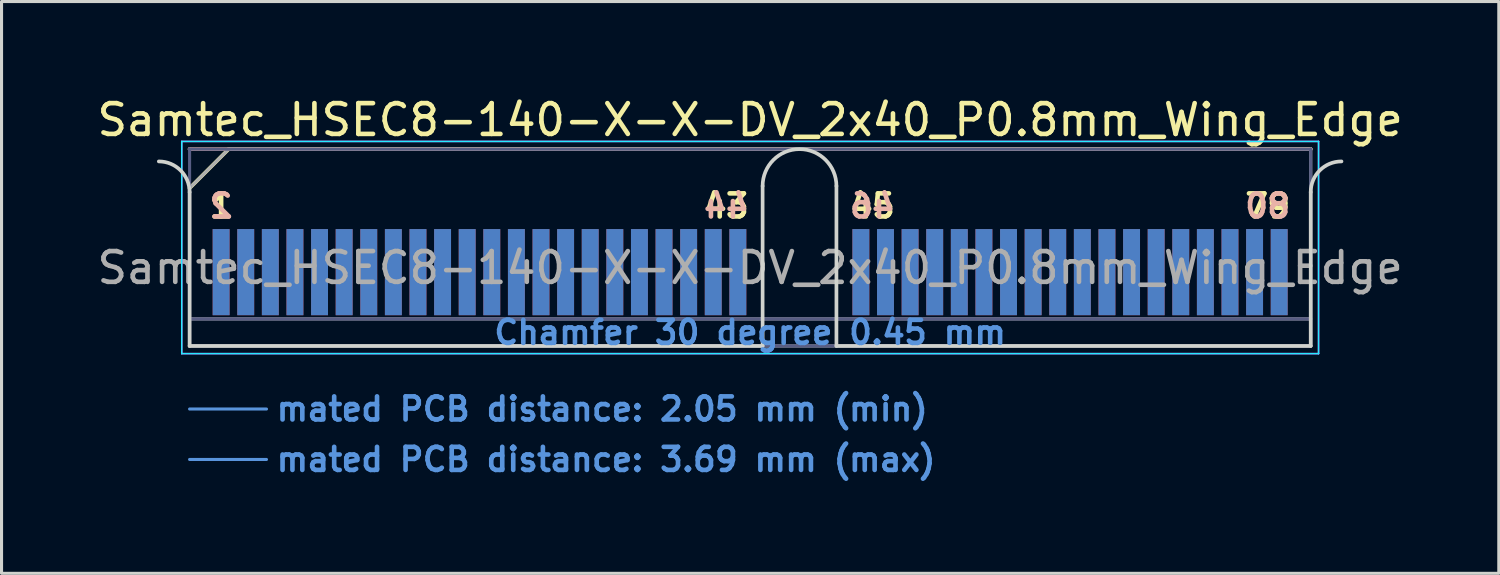
<source format=kicad_pcb>
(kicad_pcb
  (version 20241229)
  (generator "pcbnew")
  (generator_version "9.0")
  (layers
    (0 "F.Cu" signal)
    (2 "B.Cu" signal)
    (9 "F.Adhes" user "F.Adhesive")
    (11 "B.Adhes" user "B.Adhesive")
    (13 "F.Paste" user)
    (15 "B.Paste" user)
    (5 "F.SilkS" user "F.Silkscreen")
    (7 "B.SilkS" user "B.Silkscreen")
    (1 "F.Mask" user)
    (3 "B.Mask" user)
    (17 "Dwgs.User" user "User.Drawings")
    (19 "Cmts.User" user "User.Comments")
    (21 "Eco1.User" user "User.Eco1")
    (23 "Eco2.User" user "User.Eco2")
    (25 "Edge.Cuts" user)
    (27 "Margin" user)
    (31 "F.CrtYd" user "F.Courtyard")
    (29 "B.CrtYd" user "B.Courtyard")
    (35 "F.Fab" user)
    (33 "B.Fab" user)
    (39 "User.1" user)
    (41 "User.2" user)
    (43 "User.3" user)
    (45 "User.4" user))
  (footprint "Samtec_HSEC8-140-X-X-DV_2x40_P0.8mm_Wing_Edge"
    (layer "F.Cu")
    (at 21.339 8.198)
    (property "Reference" "Samtec_HSEC8-140-X-X-DV_2x40_P0.8mm_Wing_Edge" (at 0 -7.35 0) (layer "F.SilkS") (effects (font (size 1 1) (thickness 0.15))))
    (attr exclude_from_pos_files exclude_from_bom)
    (fp_line (start -18.225 -5.13) (end -16.955 -6.4) (stroke (width 0.12) (type solid)) (layer "F.SilkS"))
    (fp_line (start -16.955 -6.4) (end 18.225 -6.4) (stroke (width 0.12) (type solid)) (layer "F.SilkS"))
    (fp_line (start -18.225 -6.4) (end -18.225 -6.4) (stroke (width 0.12) (type solid)) (layer "B.SilkS"))
    (fp_line (start -18.225 -6.4) (end 18.225 -6.4) (stroke (width 0.12) (type solid)) (layer "B.SilkS"))
    (fp_line (start -18.225 2.05) (end -15.725 2.05) (stroke (width 0.1) (type solid)) (layer "Cmts.User"))
    (fp_line (start -18.225 3.69) (end -15.725 3.69) (stroke (width 0.1) (type solid)) (layer "Cmts.User"))
    (fp_line (start -18.225 -5) (end -18.225 0) (stroke (width 0.12) (type solid)) (layer "Edge.Cuts"))
    (fp_line (start -18.225 0) (end 0.405 0) (stroke (width 0.12) (type solid)) (layer "Edge.Cuts"))
    (fp_line (start 0.405 0) (end 0.405 -5.2) (stroke (width 0.12) (type solid)) (layer "Edge.Cuts"))
    (fp_line (start 2.805 -5.2) (end 2.805 0) (stroke (width 0.12) (type solid)) (layer "Edge.Cuts"))
    (fp_line (start 2.805 0) (end 18.225 0) (stroke (width 0.12) (type solid)) (layer "Edge.Cuts"))
    (fp_line (start 18.225 0) (end 18.225 -5) (stroke (width 0.12) (type solid)) (layer "Edge.Cuts"))
    (fp_arc (start -19.225 -6) (mid -18.517893 -5.707107) (end -18.225 -5) (stroke (width 0.12) (type solid)) (layer "Edge.Cuts"))
    (fp_arc (start 0.405 -5.2) (mid 1.605 -6.4) (end 2.805 -5.2) (stroke (width 0.12) (type solid)) (layer "Edge.Cuts"))
    (fp_arc (start 18.225 -5) (mid 18.517893 -5.707107) (end 19.225 -6) (stroke (width 0.12) (type solid)) (layer "Edge.Cuts"))
    (fp_line (start -18.48 -6.65) (end -18.48 0.25) (stroke (width 0.05) (type solid)) (layer "B.CrtYd"))
    (fp_line (start -18.48 0.25) (end 18.48 0.25) (stroke (width 0.05) (type solid)) (layer "B.CrtYd"))
    (fp_line (start 18.48 -6.65) (end -18.48 -6.65) (stroke (width 0.05) (type solid)) (layer "B.CrtYd"))
    (fp_line (start 18.48 0.25) (end 18.48 -6.65) (stroke (width 0.05) (type solid)) (layer "B.CrtYd"))
    (fp_line (start -18.48 -6.65) (end -18.48 0.25) (stroke (width 0.05) (type solid)) (layer "F.CrtYd"))
    (fp_line (start -18.48 0.25) (end 18.48 0.25) (stroke (width 0.05) (type solid)) (layer "F.CrtYd"))
    (fp_line (start 18.48 -6.65) (end -18.48 -6.65) (stroke (width 0.05) (type solid)) (layer "F.CrtYd"))
    (fp_line (start 18.48 0.25) (end 18.48 -6.65) (stroke (width 0.05) (type solid)) (layer "F.CrtYd"))
    (fp_line (start -18.225 -6.4) (end -18.225 -6.4) (stroke (width 0.1) (type solid)) (layer "B.Fab"))
    (fp_line (start -18.225 -6.4) (end -18.225 0) (stroke (width 0.1) (type solid)) (layer "B.Fab"))
    (fp_line (start -18.225 -6.4) (end 18.225 -6.4) (stroke (width 0.1) (type solid)) (layer "B.Fab"))
    (fp_line (start -18.225 -0.88) (end 18.225 -0.88) (stroke (width 0.1) (type solid)) (layer "B.Fab"))
    (fp_line (start -18.225 0) (end 18.225 0) (stroke (width 0.1) (type solid)) (layer "B.Fab"))
    (fp_line (start 18.225 -6.4) (end 18.225 0) (stroke (width 0.1) (type solid)) (layer "B.Fab"))
    (fp_line (start -18.225 -5.13) (end -18.225 0) (stroke (width 0.1) (type solid)) (layer "F.Fab"))
    (fp_line (start -18.225 -5.13) (end -16.955 -6.4) (stroke (width 0.1) (type solid)) (layer "F.Fab"))
    (fp_line (start -18.225 -0.88) (end 18.225 -0.88) (stroke (width 0.1) (type solid)) (layer "F.Fab"))
    (fp_line (start -18.225 0) (end 18.225 0) (stroke (width 0.1) (type solid)) (layer "F.Fab"))
    (fp_line (start -16.955 -6.4) (end 18.225 -6.4) (stroke (width 0.1) (type solid)) (layer "F.Fab"))
    (fp_line (start 18.225 -6.4) (end 18.225 0) (stroke (width 0.1) (type solid)) (layer "F.Fab"))
    (fp_text user "43" (at -0.775 -4.55 0) (layer "F.SilkS") (effects (font (size 0.75 0.75) (thickness 0.15))))
    (fp_text user "79" (at 16.825 -4.55 0) (layer "F.SilkS") (effects (font (size 0.75 0.75) (thickness 0.15))))
    (fp_text user "45" (at 3.975 -4.55 0) (layer "F.SilkS") (effects (font (size 0.75 0.75) (thickness 0.15))))
    (fp_text user "1" (at -17.2 -4.55 0) (layer "F.SilkS") (effects (font (size 0.75 0.75) (thickness 0.15))))
    (fp_text user "44" (at -0.775 -4.55 0) (layer "B.SilkS") (effects (font (size 0.75 0.75) (thickness 0.15)) (justify mirror)))
    (fp_text user "80" (at 16.825 -4.55 0) (layer "B.SilkS") (effects (font (size 0.75 0.75) (thickness 0.15)) (justify mirror)))
    (fp_text user "2" (at -17.2 -4.55 0) (layer "B.SilkS") (effects (font (size 0.75 0.75) (thickness 0.15)) (justify mirror)))
    (fp_text user "46" (at 3.975 -4.55 0) (layer "B.SilkS") (effects (font (size 0.75 0.75) (thickness 0.15)) (justify mirror)))
    (fp_text user "mated PCB distance: 2.05 mm (min)" (at -15.48 2.05 0) (layer "Cmts.User") (effects (font (size 0.75 0.75) (thickness 0.15)) (justify left)))
    (fp_text user "mated PCB distance: 3.69 mm (max)" (at -15.48 3.69 0) (layer "Cmts.User") (effects (font (size 0.75 0.75) (thickness 0.15)) (justify left)))
    (fp_text user "Chamfer 30 degree 0.45 mm" (at 0 -0.44 0) (layer "Cmts.User") (effects (font (size 0.75 0.75) (thickness 0.15))))
    (fp_text user "${REFERENCE}" (at 0 -2.54 0) (layer "F.Fab") (effects (font (size 1 1) (thickness 0.15))))
    (pad "1" connect rect (at -17.2 -2.4) (size 0.55 2.8) (layers "F.Cu" "F.Mask"))
    (pad "2" connect rect (at -17.2 -2.4) (size 0.55 2.8) (layers "B.Cu" "B.Mask"))
    (pad "3" connect rect (at -16.4 -2.4) (size 0.55 2.8) (layers "F.Cu" "F.Mask"))
    (pad "4" connect rect (at -16.4 -2.4) (size 0.55 2.8) (layers "B.Cu" "B.Mask"))
    (pad "5" connect rect (at -15.6 -2.4) (size 0.55 2.8) (layers "F.Cu" "F.Mask"))
    (pad "6" connect rect (at -15.6 -2.4) (size 0.55 2.8) (layers "B.Cu" "B.Mask"))
    (pad "7" connect rect (at -14.8 -2.4) (size 0.55 2.8) (layers "F.Cu" "F.Mask"))
    (pad "8" connect rect (at -14.8 -2.4) (size 0.55 2.8) (layers "B.Cu" "B.Mask"))
    (pad "9" connect rect (at -14 -2.4) (size 0.55 2.8) (layers "F.Cu" "F.Mask"))
    (pad "10" connect rect (at -14 -2.4) (size 0.55 2.8) (layers "B.Cu" "B.Mask"))
    (pad "11" connect rect (at -13.2 -2.4) (size 0.55 2.8) (layers "F.Cu" "F.Mask"))
    (pad "12" connect rect (at -13.2 -2.4) (size 0.55 2.8) (layers "B.Cu" "B.Mask"))
    (pad "13" connect rect (at -12.4 -2.4) (size 0.55 2.8) (layers "F.Cu" "F.Mask"))
    (pad "14" connect rect (at -12.4 -2.4) (size 0.55 2.8) (layers "B.Cu" "B.Mask"))
    (pad "15" connect rect (at -11.6 -2.4) (size 0.55 2.8) (layers "F.Cu" "F.Mask"))
    (pad "16" connect rect (at -11.6 -2.4) (size 0.55 2.8) (layers "B.Cu" "B.Mask"))
    (pad "17" connect rect (at -10.8 -2.4) (size 0.55 2.8) (layers "F.Cu" "F.Mask"))
    (pad "18" connect rect (at -10.8 -2.4) (size 0.55 2.8) (layers "B.Cu" "B.Mask"))
    (pad "19" connect rect (at -10 -2.4) (size 0.55 2.8) (layers "F.Cu" "F.Mask"))
    (pad "20" connect rect (at -10 -2.4) (size 0.55 2.8) (layers "B.Cu" "B.Mask"))
    (pad "21" connect rect (at -9.2 -2.4) (size 0.55 2.8) (layers "F.Cu" "F.Mask"))
    (pad "22" connect rect (at -9.2 -2.4) (size 0.55 2.8) (layers "B.Cu" "B.Mask"))
    (pad "23" connect rect (at -8.4 -2.4) (size 0.55 2.8) (layers "F.Cu" "F.Mask"))
    (pad "24" connect rect (at -8.4 -2.4) (size 0.55 2.8) (layers "B.Cu" "B.Mask"))
    (pad "25" connect rect (at -7.6 -2.4) (size 0.55 2.8) (layers "F.Cu" "F.Mask"))
    (pad "26" connect rect (at -7.6 -2.4) (size 0.55 2.8) (layers "B.Cu" "B.Mask"))
    (pad "27" connect rect (at -6.8 -2.4) (size 0.55 2.8) (layers "F.Cu" "F.Mask"))
    (pad "28" connect rect (at -6.8 -2.4) (size 0.55 2.8) (layers "B.Cu" "B.Mask"))
    (pad "29" connect rect (at -6 -2.4) (size 0.55 2.8) (layers "F.Cu" "F.Mask"))
    (pad "30" connect rect (at -6 -2.4) (size 0.55 2.8) (layers "B.Cu" "B.Mask"))
    (pad "31" connect rect (at -5.2 -2.4) (size 0.55 2.8) (layers "F.Cu" "F.Mask"))
    (pad "32" connect rect (at -5.2 -2.4) (size 0.55 2.8) (layers "B.Cu" "B.Mask"))
    (pad "33" connect rect (at -4.4 -2.4) (size 0.55 2.8) (layers "F.Cu" "F.Mask"))
    (pad "34" connect rect (at -4.4 -2.4) (size 0.55 2.8) (layers "B.Cu" "B.Mask"))
    (pad "35" connect rect (at -3.6 -2.4) (size 0.55 2.8) (layers "F.Cu" "F.Mask"))
    (pad "36" connect rect (at -3.6 -2.4) (size 0.55 2.8) (layers "B.Cu" "B.Mask"))
    (pad "37" connect rect (at -2.8 -2.4) (size 0.55 2.8) (layers "F.Cu" "F.Mask"))
    (pad "38" connect rect (at -2.8 -2.4) (size 0.55 2.8) (layers "B.Cu" "B.Mask"))
    (pad "39" connect rect (at -2 -2.4) (size 0.55 2.8) (layers "F.Cu" "F.Mask"))
    (pad "40" connect rect (at -2 -2.4) (size 0.55 2.8) (layers "B.Cu" "B.Mask"))
    (pad "41" connect rect (at -1.2 -2.4) (size 0.55 2.8) (layers "F.Cu" "F.Mask"))
    (pad "42" connect rect (at -1.2 -2.4) (size 0.55 2.8) (layers "B.Cu" "B.Mask"))
    (pad "43" connect rect (at -0.4 -2.4) (size 0.55 2.8) (layers "F.Cu" "F.Mask"))
    (pad "44" connect rect (at -0.4 -2.4) (size 0.55 2.8) (layers "B.Cu" "B.Mask"))
    (pad "45" connect rect (at 3.6 -2.4) (size 0.55 2.8) (layers "F.Cu" "F.Mask"))
    (pad "46" connect rect (at 3.6 -2.4) (size 0.55 2.8) (layers "B.Cu" "B.Mask"))
    (pad "47" connect rect (at 4.4 -2.4) (size 0.55 2.8) (layers "F.Cu" "F.Mask"))
    (pad "48" connect rect (at 4.4 -2.4) (size 0.55 2.8) (layers "B.Cu" "B.Mask"))
    (pad "49" connect rect (at 5.2 -2.4) (size 0.55 2.8) (layers "F.Cu" "F.Mask"))
    (pad "50" connect rect (at 5.2 -2.4) (size 0.55 2.8) (layers "B.Cu" "B.Mask"))
    (pad "51" connect rect (at 6 -2.4) (size 0.55 2.8) (layers "F.Cu" "F.Mask"))
    (pad "52" connect rect (at 6 -2.4) (size 0.55 2.8) (layers "B.Cu" "B.Mask"))
    (pad "53" connect rect (at 6.8 -2.4) (size 0.55 2.8) (layers "F.Cu" "F.Mask"))
    (pad "54" connect rect (at 6.8 -2.4) (size 0.55 2.8) (layers "B.Cu" "B.Mask"))
    (pad "55" connect rect (at 7.6 -2.4) (size 0.55 2.8) (layers "F.Cu" "F.Mask"))
    (pad "56" connect rect (at 7.6 -2.4) (size 0.55 2.8) (layers "B.Cu" "B.Mask"))
    (pad "57" connect rect (at 8.4 -2.4) (size 0.55 2.8) (layers "F.Cu" "F.Mask"))
    (pad "58" connect rect (at 8.4 -2.4) (size 0.55 2.8) (layers "B.Cu" "B.Mask"))
    (pad "59" connect rect (at 9.2 -2.4) (size 0.55 2.8) (layers "F.Cu" "F.Mask"))
    (pad "60" connect rect (at 9.2 -2.4) (size 0.55 2.8) (layers "B.Cu" "B.Mask"))
    (pad "61" connect rect (at 10 -2.4) (size 0.55 2.8) (layers "F.Cu" "F.Mask"))
    (pad "62" connect rect (at 10 -2.4) (size 0.55 2.8) (layers "B.Cu" "B.Mask"))
    (pad "63" connect rect (at 10.8 -2.4) (size 0.55 2.8) (layers "F.Cu" "F.Mask"))
    (pad "64" connect rect (at 10.8 -2.4) (size 0.55 2.8) (layers "B.Cu" "B.Mask"))
    (pad "65" connect rect (at 11.6 -2.4) (size 0.55 2.8) (layers "F.Cu" "F.Mask"))
    (pad "66" connect rect (at 11.6 -2.4) (size 0.55 2.8) (layers "B.Cu" "B.Mask"))
    (pad "67" connect rect (at 12.4 -2.4) (size 0.55 2.8) (layers "F.Cu" "F.Mask"))
    (pad "68" connect rect (at 12.4 -2.4) (size 0.55 2.8) (layers "B.Cu" "B.Mask"))
    (pad "69" connect rect (at 13.2 -2.4) (size 0.55 2.8) (layers "F.Cu" "F.Mask"))
    (pad "70" connect rect (at 13.2 -2.4) (size 0.55 2.8) (layers "B.Cu" "B.Mask"))
    (pad "71" connect rect (at 14 -2.4) (size 0.55 2.8) (layers "F.Cu" "F.Mask"))
    (pad "72" connect rect (at 14 -2.4) (size 0.55 2.8) (layers "B.Cu" "B.Mask"))
    (pad "73" connect rect (at 14.8 -2.4) (size 0.55 2.8) (layers "F.Cu" "F.Mask"))
    (pad "74" connect rect (at 14.8 -2.4) (size 0.55 2.8) (layers "B.Cu" "B.Mask"))
    (pad "75" connect rect (at 15.6 -2.4) (size 0.55 2.8) (layers "F.Cu" "F.Mask"))
    (pad "76" connect rect (at 15.6 -2.4) (size 0.55 2.8) (layers "B.Cu" "B.Mask"))
    (pad "77" connect rect (at 16.4 -2.4) (size 0.55 2.8) (layers "F.Cu" "F.Mask"))
    (pad "78" connect rect (at 16.4 -2.4) (size 0.55 2.8) (layers "B.Cu" "B.Mask"))
    (pad "79" connect rect (at 17.2 -2.4) (size 0.55 2.8) (layers "F.Cu" "F.Mask"))
    (pad "80" connect rect (at 17.2 -2.4) (size 0.55 2.8) (layers "B.Cu" "B.Mask")))
  (gr_rect
    (start -3 -3)
    (end 45.679 15.59)
    (stroke (width 0.1) (type default))
    (fill no)
    (layer "Edge.Cuts")))
</source>
